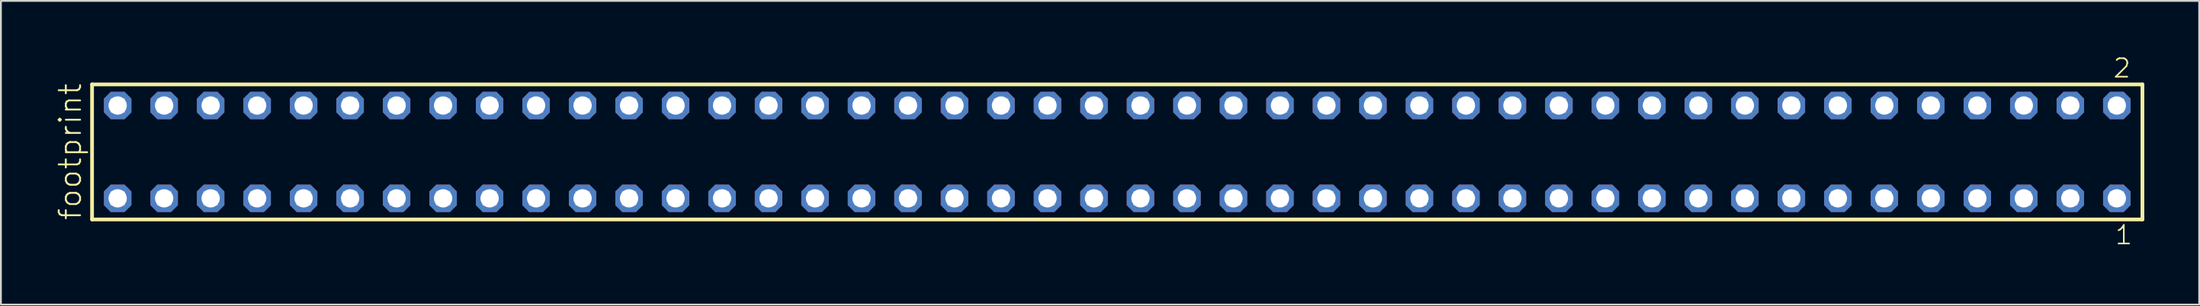
<source format=kicad_pcb>
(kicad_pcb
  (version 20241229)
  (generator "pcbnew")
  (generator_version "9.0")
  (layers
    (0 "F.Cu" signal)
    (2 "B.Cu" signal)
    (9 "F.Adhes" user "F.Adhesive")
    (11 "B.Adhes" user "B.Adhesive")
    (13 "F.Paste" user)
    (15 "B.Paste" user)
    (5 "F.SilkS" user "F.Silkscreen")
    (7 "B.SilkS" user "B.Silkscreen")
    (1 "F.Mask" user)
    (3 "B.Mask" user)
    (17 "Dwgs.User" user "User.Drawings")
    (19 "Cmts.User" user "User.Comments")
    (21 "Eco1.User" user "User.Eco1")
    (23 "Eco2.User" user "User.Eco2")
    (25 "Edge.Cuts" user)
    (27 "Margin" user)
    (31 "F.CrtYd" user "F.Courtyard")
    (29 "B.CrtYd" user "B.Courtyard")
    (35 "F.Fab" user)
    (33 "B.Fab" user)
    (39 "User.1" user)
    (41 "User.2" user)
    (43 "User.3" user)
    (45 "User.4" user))
  (footprint "footprint"
    (layer "F.Cu")
    (at 57.988 5.265)
    (property "Reference" "footprint" (at -56.515 3.81 90) (layer "F.SilkS") (effects (font (size 1.168 1.168) (thickness 0.102)) (justify left bottom)))
    (fp_line (start -56.009 -3.695) (end 56.009 -3.695) (stroke (width 0.203) (type solid)) (layer "F.SilkS"))
    (fp_line (start -56.009 3.695) (end -56.009 -3.695) (stroke (width 0.203) (type solid)) (layer "F.SilkS"))
    (fp_line (start 56.009 -3.695) (end 56.009 3.695) (stroke (width 0.203) (type solid)) (layer "F.SilkS"))
    (fp_line (start 56.009 3.695) (end -56.009 3.695) (stroke (width 0.203) (type solid)) (layer "F.SilkS"))
    (fp_poly (pts (xy -54.96 -2.19) (xy -54.26 -2.19) (xy -54.26 -2.89) (xy -54.96 -2.89)) (stroke (width 0.1) (type solid)) (fill no) (layer "F.Fab"))
    (fp_poly (pts (xy -54.96 2.89) (xy -54.26 2.89) (xy -54.26 2.19) (xy -54.96 2.19)) (stroke (width 0.1) (type solid)) (fill no) (layer "F.Fab"))
    (fp_poly (pts (xy -52.42 -2.19) (xy -51.72 -2.19) (xy -51.72 -2.89) (xy -52.42 -2.89)) (stroke (width 0.1) (type solid)) (fill no) (layer "F.Fab"))
    (fp_poly (pts (xy -52.42 2.89) (xy -51.72 2.89) (xy -51.72 2.19) (xy -52.42 2.19)) (stroke (width 0.1) (type solid)) (fill no) (layer "F.Fab"))
    (fp_poly (pts (xy -49.88 -2.19) (xy -49.18 -2.19) (xy -49.18 -2.89) (xy -49.88 -2.89)) (stroke (width 0.1) (type solid)) (fill no) (layer "F.Fab"))
    (fp_poly (pts (xy -49.88 2.89) (xy -49.18 2.89) (xy -49.18 2.19) (xy -49.88 2.19)) (stroke (width 0.1) (type solid)) (fill no) (layer "F.Fab"))
    (fp_poly (pts (xy -47.34 -2.19) (xy -46.64 -2.19) (xy -46.64 -2.89) (xy -47.34 -2.89)) (stroke (width 0.1) (type solid)) (fill no) (layer "F.Fab"))
    (fp_poly (pts (xy -47.34 2.89) (xy -46.64 2.89) (xy -46.64 2.19) (xy -47.34 2.19)) (stroke (width 0.1) (type solid)) (fill no) (layer "F.Fab"))
    (fp_poly (pts (xy -44.8 -2.19) (xy -44.1 -2.19) (xy -44.1 -2.89) (xy -44.8 -2.89)) (stroke (width 0.1) (type solid)) (fill no) (layer "F.Fab"))
    (fp_poly (pts (xy -44.8 2.89) (xy -44.1 2.89) (xy -44.1 2.19) (xy -44.8 2.19)) (stroke (width 0.1) (type solid)) (fill no) (layer "F.Fab"))
    (fp_poly (pts (xy -42.26 -2.19) (xy -41.56 -2.19) (xy -41.56 -2.89) (xy -42.26 -2.89)) (stroke (width 0.1) (type solid)) (fill no) (layer "F.Fab"))
    (fp_poly (pts (xy -42.26 2.89) (xy -41.56 2.89) (xy -41.56 2.19) (xy -42.26 2.19)) (stroke (width 0.1) (type solid)) (fill no) (layer "F.Fab"))
    (fp_poly (pts (xy -39.72 -2.19) (xy -39.02 -2.19) (xy -39.02 -2.89) (xy -39.72 -2.89)) (stroke (width 0.1) (type solid)) (fill no) (layer "F.Fab"))
    (fp_poly (pts (xy -39.72 2.89) (xy -39.02 2.89) (xy -39.02 2.19) (xy -39.72 2.19)) (stroke (width 0.1) (type solid)) (fill no) (layer "F.Fab"))
    (fp_poly (pts (xy -37.18 -2.19) (xy -36.48 -2.19) (xy -36.48 -2.89) (xy -37.18 -2.89)) (stroke (width 0.1) (type solid)) (fill no) (layer "F.Fab"))
    (fp_poly (pts (xy -37.18 2.89) (xy -36.48 2.89) (xy -36.48 2.19) (xy -37.18 2.19)) (stroke (width 0.1) (type solid)) (fill no) (layer "F.Fab"))
    (fp_poly (pts (xy -34.64 -2.19) (xy -33.94 -2.19) (xy -33.94 -2.89) (xy -34.64 -2.89)) (stroke (width 0.1) (type solid)) (fill no) (layer "F.Fab"))
    (fp_poly (pts (xy -34.64 2.89) (xy -33.94 2.89) (xy -33.94 2.19) (xy -34.64 2.19)) (stroke (width 0.1) (type solid)) (fill no) (layer "F.Fab"))
    (fp_poly (pts (xy -32.1 -2.19) (xy -31.4 -2.19) (xy -31.4 -2.89) (xy -32.1 -2.89)) (stroke (width 0.1) (type solid)) (fill no) (layer "F.Fab"))
    (fp_poly (pts (xy -32.1 2.89) (xy -31.4 2.89) (xy -31.4 2.19) (xy -32.1 2.19)) (stroke (width 0.1) (type solid)) (fill no) (layer "F.Fab"))
    (fp_poly (pts (xy -29.56 -2.19) (xy -28.86 -2.19) (xy -28.86 -2.89) (xy -29.56 -2.89)) (stroke (width 0.1) (type solid)) (fill no) (layer "F.Fab"))
    (fp_poly (pts (xy -29.56 2.89) (xy -28.86 2.89) (xy -28.86 2.19) (xy -29.56 2.19)) (stroke (width 0.1) (type solid)) (fill no) (layer "F.Fab"))
    (fp_poly (pts (xy -27.02 -2.19) (xy -26.32 -2.19) (xy -26.32 -2.89) (xy -27.02 -2.89)) (stroke (width 0.1) (type solid)) (fill no) (layer "F.Fab"))
    (fp_poly (pts (xy -27.02 2.89) (xy -26.32 2.89) (xy -26.32 2.19) (xy -27.02 2.19)) (stroke (width 0.1) (type solid)) (fill no) (layer "F.Fab"))
    (fp_poly (pts (xy -24.48 -2.19) (xy -23.78 -2.19) (xy -23.78 -2.89) (xy -24.48 -2.89)) (stroke (width 0.1) (type solid)) (fill no) (layer "F.Fab"))
    (fp_poly (pts (xy -24.48 2.89) (xy -23.78 2.89) (xy -23.78 2.19) (xy -24.48 2.19)) (stroke (width 0.1) (type solid)) (fill no) (layer "F.Fab"))
    (fp_poly (pts (xy -21.94 -2.19) (xy -21.24 -2.19) (xy -21.24 -2.89) (xy -21.94 -2.89)) (stroke (width 0.1) (type solid)) (fill no) (layer "F.Fab"))
    (fp_poly (pts (xy -21.94 2.89) (xy -21.24 2.89) (xy -21.24 2.19) (xy -21.94 2.19)) (stroke (width 0.1) (type solid)) (fill no) (layer "F.Fab"))
    (fp_poly (pts (xy -19.4 -2.19) (xy -18.7 -2.19) (xy -18.7 -2.89) (xy -19.4 -2.89)) (stroke (width 0.1) (type solid)) (fill no) (layer "F.Fab"))
    (fp_poly (pts (xy -19.4 2.89) (xy -18.7 2.89) (xy -18.7 2.19) (xy -19.4 2.19)) (stroke (width 0.1) (type solid)) (fill no) (layer "F.Fab"))
    (fp_poly (pts (xy -16.86 -2.19) (xy -16.16 -2.19) (xy -16.16 -2.89) (xy -16.86 -2.89)) (stroke (width 0.1) (type solid)) (fill no) (layer "F.Fab"))
    (fp_poly (pts (xy -16.86 2.89) (xy -16.16 2.89) (xy -16.16 2.19) (xy -16.86 2.19)) (stroke (width 0.1) (type solid)) (fill no) (layer "F.Fab"))
    (fp_poly (pts (xy -14.32 -2.19) (xy -13.62 -2.19) (xy -13.62 -2.89) (xy -14.32 -2.89)) (stroke (width 0.1) (type solid)) (fill no) (layer "F.Fab"))
    (fp_poly (pts (xy -14.32 2.89) (xy -13.62 2.89) (xy -13.62 2.19) (xy -14.32 2.19)) (stroke (width 0.1) (type solid)) (fill no) (layer "F.Fab"))
    (fp_poly (pts (xy -11.78 -2.19) (xy -11.08 -2.19) (xy -11.08 -2.89) (xy -11.78 -2.89)) (stroke (width 0.1) (type solid)) (fill no) (layer "F.Fab"))
    (fp_poly (pts (xy -11.78 2.89) (xy -11.08 2.89) (xy -11.08 2.19) (xy -11.78 2.19)) (stroke (width 0.1) (type solid)) (fill no) (layer "F.Fab"))
    (fp_poly (pts (xy -9.24 -2.19) (xy -8.54 -2.19) (xy -8.54 -2.89) (xy -9.24 -2.89)) (stroke (width 0.1) (type solid)) (fill no) (layer "F.Fab"))
    (fp_poly (pts (xy -9.24 2.89) (xy -8.54 2.89) (xy -8.54 2.19) (xy -9.24 2.19)) (stroke (width 0.1) (type solid)) (fill no) (layer "F.Fab"))
    (fp_poly (pts (xy -6.7 -2.19) (xy -6 -2.19) (xy -6 -2.89) (xy -6.7 -2.89)) (stroke (width 0.1) (type solid)) (fill no) (layer "F.Fab"))
    (fp_poly (pts (xy -6.7 2.89) (xy -6 2.89) (xy -6 2.19) (xy -6.7 2.19)) (stroke (width 0.1) (type solid)) (fill no) (layer "F.Fab"))
    (fp_poly (pts (xy -4.16 -2.19) (xy -3.46 -2.19) (xy -3.46 -2.89) (xy -4.16 -2.89)) (stroke (width 0.1) (type solid)) (fill no) (layer "F.Fab"))
    (fp_poly (pts (xy -4.16 2.89) (xy -3.46 2.89) (xy -3.46 2.19) (xy -4.16 2.19)) (stroke (width 0.1) (type solid)) (fill no) (layer "F.Fab"))
    (fp_poly (pts (xy -1.62 -2.19) (xy -0.92 -2.19) (xy -0.92 -2.89) (xy -1.62 -2.89)) (stroke (width 0.1) (type solid)) (fill no) (layer "F.Fab"))
    (fp_poly (pts (xy -1.62 2.89) (xy -0.92 2.89) (xy -0.92 2.19) (xy -1.62 2.19)) (stroke (width 0.1) (type solid)) (fill no) (layer "F.Fab"))
    (fp_poly (pts (xy 0.92 -2.19) (xy 1.62 -2.19) (xy 1.62 -2.89) (xy 0.92 -2.89)) (stroke (width 0.1) (type solid)) (fill no) (layer "F.Fab"))
    (fp_poly (pts (xy 0.92 2.89) (xy 1.62 2.89) (xy 1.62 2.19) (xy 0.92 2.19)) (stroke (width 0.1) (type solid)) (fill no) (layer "F.Fab"))
    (fp_poly (pts (xy 3.46 -2.19) (xy 4.16 -2.19) (xy 4.16 -2.89) (xy 3.46 -2.89)) (stroke (width 0.1) (type solid)) (fill no) (layer "F.Fab"))
    (fp_poly (pts (xy 3.46 2.89) (xy 4.16 2.89) (xy 4.16 2.19) (xy 3.46 2.19)) (stroke (width 0.1) (type solid)) (fill no) (layer "F.Fab"))
    (fp_poly (pts (xy 6 -2.19) (xy 6.7 -2.19) (xy 6.7 -2.89) (xy 6 -2.89)) (stroke (width 0.1) (type solid)) (fill no) (layer "F.Fab"))
    (fp_poly (pts (xy 6 2.89) (xy 6.7 2.89) (xy 6.7 2.19) (xy 6 2.19)) (stroke (width 0.1) (type solid)) (fill no) (layer "F.Fab"))
    (fp_poly (pts (xy 8.54 -2.19) (xy 9.24 -2.19) (xy 9.24 -2.89) (xy 8.54 -2.89)) (stroke (width 0.1) (type solid)) (fill no) (layer "F.Fab"))
    (fp_poly (pts (xy 8.54 2.89) (xy 9.24 2.89) (xy 9.24 2.19) (xy 8.54 2.19)) (stroke (width 0.1) (type solid)) (fill no) (layer "F.Fab"))
    (fp_poly (pts (xy 11.08 -2.19) (xy 11.78 -2.19) (xy 11.78 -2.89) (xy 11.08 -2.89)) (stroke (width 0.1) (type solid)) (fill no) (layer "F.Fab"))
    (fp_poly (pts (xy 11.08 2.89) (xy 11.78 2.89) (xy 11.78 2.19) (xy 11.08 2.19)) (stroke (width 0.1) (type solid)) (fill no) (layer "F.Fab"))
    (fp_poly (pts (xy 13.62 -2.19) (xy 14.32 -2.19) (xy 14.32 -2.89) (xy 13.62 -2.89)) (stroke (width 0.1) (type solid)) (fill no) (layer "F.Fab"))
    (fp_poly (pts (xy 13.62 2.89) (xy 14.32 2.89) (xy 14.32 2.19) (xy 13.62 2.19)) (stroke (width 0.1) (type solid)) (fill no) (layer "F.Fab"))
    (fp_poly (pts (xy 16.16 -2.19) (xy 16.86 -2.19) (xy 16.86 -2.89) (xy 16.16 -2.89)) (stroke (width 0.1) (type solid)) (fill no) (layer "F.Fab"))
    (fp_poly (pts (xy 16.16 2.89) (xy 16.86 2.89) (xy 16.86 2.19) (xy 16.16 2.19)) (stroke (width 0.1) (type solid)) (fill no) (layer "F.Fab"))
    (fp_poly (pts (xy 18.7 -2.19) (xy 19.4 -2.19) (xy 19.4 -2.89) (xy 18.7 -2.89)) (stroke (width 0.1) (type solid)) (fill no) (layer "F.Fab"))
    (fp_poly (pts (xy 18.7 2.89) (xy 19.4 2.89) (xy 19.4 2.19) (xy 18.7 2.19)) (stroke (width 0.1) (type solid)) (fill no) (layer "F.Fab"))
    (fp_poly (pts (xy 21.24 -2.19) (xy 21.94 -2.19) (xy 21.94 -2.89) (xy 21.24 -2.89)) (stroke (width 0.1) (type solid)) (fill no) (layer "F.Fab"))
    (fp_poly (pts (xy 21.24 2.89) (xy 21.94 2.89) (xy 21.94 2.19) (xy 21.24 2.19)) (stroke (width 0.1) (type solid)) (fill no) (layer "F.Fab"))
    (fp_poly (pts (xy 23.78 -2.19) (xy 24.48 -2.19) (xy 24.48 -2.89) (xy 23.78 -2.89)) (stroke (width 0.1) (type solid)) (fill no) (layer "F.Fab"))
    (fp_poly (pts (xy 23.78 2.89) (xy 24.48 2.89) (xy 24.48 2.19) (xy 23.78 2.19)) (stroke (width 0.1) (type solid)) (fill no) (layer "F.Fab"))
    (fp_poly (pts (xy 26.32 -2.19) (xy 27.02 -2.19) (xy 27.02 -2.89) (xy 26.32 -2.89)) (stroke (width 0.1) (type solid)) (fill no) (layer "F.Fab"))
    (fp_poly (pts (xy 26.32 2.89) (xy 27.02 2.89) (xy 27.02 2.19) (xy 26.32 2.19)) (stroke (width 0.1) (type solid)) (fill no) (layer "F.Fab"))
    (fp_poly (pts (xy 28.86 -2.19) (xy 29.56 -2.19) (xy 29.56 -2.89) (xy 28.86 -2.89)) (stroke (width 0.1) (type solid)) (fill no) (layer "F.Fab"))
    (fp_poly (pts (xy 28.86 2.89) (xy 29.56 2.89) (xy 29.56 2.19) (xy 28.86 2.19)) (stroke (width 0.1) (type solid)) (fill no) (layer "F.Fab"))
    (fp_poly (pts (xy 31.4 -2.19) (xy 32.1 -2.19) (xy 32.1 -2.89) (xy 31.4 -2.89)) (stroke (width 0.1) (type solid)) (fill no) (layer "F.Fab"))
    (fp_poly (pts (xy 31.4 2.89) (xy 32.1 2.89) (xy 32.1 2.19) (xy 31.4 2.19)) (stroke (width 0.1) (type solid)) (fill no) (layer "F.Fab"))
    (fp_poly (pts (xy 33.94 -2.19) (xy 34.64 -2.19) (xy 34.64 -2.89) (xy 33.94 -2.89)) (stroke (width 0.1) (type solid)) (fill no) (layer "F.Fab"))
    (fp_poly (pts (xy 33.94 2.89) (xy 34.64 2.89) (xy 34.64 2.19) (xy 33.94 2.19)) (stroke (width 0.1) (type solid)) (fill no) (layer "F.Fab"))
    (fp_poly (pts (xy 36.48 -2.19) (xy 37.18 -2.19) (xy 37.18 -2.89) (xy 36.48 -2.89)) (stroke (width 0.1) (type solid)) (fill no) (layer "F.Fab"))
    (fp_poly (pts (xy 36.48 2.89) (xy 37.18 2.89) (xy 37.18 2.19) (xy 36.48 2.19)) (stroke (width 0.1) (type solid)) (fill no) (layer "F.Fab"))
    (fp_poly (pts (xy 39.02 -2.19) (xy 39.72 -2.19) (xy 39.72 -2.89) (xy 39.02 -2.89)) (stroke (width 0.1) (type solid)) (fill no) (layer "F.Fab"))
    (fp_poly (pts (xy 39.02 2.89) (xy 39.72 2.89) (xy 39.72 2.19) (xy 39.02 2.19)) (stroke (width 0.1) (type solid)) (fill no) (layer "F.Fab"))
    (fp_poly (pts (xy 41.56 -2.19) (xy 42.26 -2.19) (xy 42.26 -2.89) (xy 41.56 -2.89)) (stroke (width 0.1) (type solid)) (fill no) (layer "F.Fab"))
    (fp_poly (pts (xy 41.56 2.89) (xy 42.26 2.89) (xy 42.26 2.19) (xy 41.56 2.19)) (stroke (width 0.1) (type solid)) (fill no) (layer "F.Fab"))
    (fp_poly (pts (xy 44.1 -2.19) (xy 44.8 -2.19) (xy 44.8 -2.89) (xy 44.1 -2.89)) (stroke (width 0.1) (type solid)) (fill no) (layer "F.Fab"))
    (fp_poly (pts (xy 44.1 2.89) (xy 44.8 2.89) (xy 44.8 2.19) (xy 44.1 2.19)) (stroke (width 0.1) (type solid)) (fill no) (layer "F.Fab"))
    (fp_poly (pts (xy 46.64 -2.19) (xy 47.34 -2.19) (xy 47.34 -2.89) (xy 46.64 -2.89)) (stroke (width 0.1) (type solid)) (fill no) (layer "F.Fab"))
    (fp_poly (pts (xy 46.64 2.89) (xy 47.34 2.89) (xy 47.34 2.19) (xy 46.64 2.19)) (stroke (width 0.1) (type solid)) (fill no) (layer "F.Fab"))
    (fp_poly (pts (xy 49.18 -2.19) (xy 49.88 -2.19) (xy 49.88 -2.89) (xy 49.18 -2.89)) (stroke (width 0.1) (type solid)) (fill no) (layer "F.Fab"))
    (fp_poly (pts (xy 49.18 2.89) (xy 49.88 2.89) (xy 49.88 2.19) (xy 49.18 2.19)) (stroke (width 0.1) (type solid)) (fill no) (layer "F.Fab"))
    (fp_poly (pts (xy 51.72 -2.19) (xy 52.42 -2.19) (xy 52.42 -2.89) (xy 51.72 -2.89)) (stroke (width 0.1) (type solid)) (fill no) (layer "F.Fab"))
    (fp_poly (pts (xy 51.72 2.89) (xy 52.42 2.89) (xy 52.42 2.19) (xy 51.72 2.19)) (stroke (width 0.1) (type solid)) (fill no) (layer "F.Fab"))
    (fp_poly (pts (xy 54.26 -2.19) (xy 54.96 -2.19) (xy 54.96 -2.89) (xy 54.26 -2.89)) (stroke (width 0.1) (type solid)) (fill no) (layer "F.Fab"))
    (fp_poly (pts (xy 54.26 2.89) (xy 54.96 2.89) (xy 54.96 2.19) (xy 54.26 2.19)) (stroke (width 0.1) (type solid)) (fill no) (layer "F.Fab"))
    (fp_text user "1" (at 54.452 5.138 0) (layer "F.SilkS") (effects (font (size 1.012 1.012) (thickness 0.088)) (justify left bottom)))
    (fp_text user "2" (at 54.352 -3.989 0) (layer "F.SilkS") (effects (font (size 1.012 1.012) (thickness 0.088)) (justify left bottom)))
    (pad "1" thru_hole roundrect (at 54.61 2.54 180) (size 1.5 1.5) (drill 1) (layers "*.Cu" "*.Mask") (roundrect_rratio 0.25) (chamfer_ratio 0.25) (chamfer top_left top_right bottom_left bottom_right))
    (pad "2" thru_hole roundrect (at 54.61 -2.54 180) (size 1.5 1.5) (drill 1) (layers "*.Cu" "*.Mask") (roundrect_rratio 0.25) (chamfer_ratio 0.25) (chamfer top_left top_right bottom_left bottom_right))
    (pad "3" thru_hole roundrect (at 52.07 2.54 180) (size 1.5 1.5) (drill 1) (layers "*.Cu" "*.Mask") (roundrect_rratio 0.25) (chamfer_ratio 0.25) (chamfer top_left top_right bottom_left bottom_right))
    (pad "4" thru_hole roundrect (at 52.07 -2.54 180) (size 1.5 1.5) (drill 1) (layers "*.Cu" "*.Mask") (roundrect_rratio 0.25) (chamfer_ratio 0.25) (chamfer top_left top_right bottom_left bottom_right))
    (pad "5" thru_hole roundrect (at 49.53 2.54 180) (size 1.5 1.5) (drill 1) (layers "*.Cu" "*.Mask") (roundrect_rratio 0.25) (chamfer_ratio 0.25) (chamfer top_left top_right bottom_left bottom_right))
    (pad "6" thru_hole roundrect (at 49.53 -2.54 180) (size 1.5 1.5) (drill 1) (layers "*.Cu" "*.Mask") (roundrect_rratio 0.25) (chamfer_ratio 0.25) (chamfer top_left top_right bottom_left bottom_right))
    (pad "7" thru_hole roundrect (at 46.99 2.54 180) (size 1.5 1.5) (drill 1) (layers "*.Cu" "*.Mask") (roundrect_rratio 0.25) (chamfer_ratio 0.25) (chamfer top_left top_right bottom_left bottom_right))
    (pad "8" thru_hole roundrect (at 46.99 -2.54 180) (size 1.5 1.5) (drill 1) (layers "*.Cu" "*.Mask") (roundrect_rratio 0.25) (chamfer_ratio 0.25) (chamfer top_left top_right bottom_left bottom_right))
    (pad "9" thru_hole roundrect (at 44.45 2.54 180) (size 1.5 1.5) (drill 1) (layers "*.Cu" "*.Mask") (roundrect_rratio 0.25) (chamfer_ratio 0.25) (chamfer top_left top_right bottom_left bottom_right))
    (pad "10" thru_hole roundrect (at 44.45 -2.54 180) (size 1.5 1.5) (drill 1) (layers "*.Cu" "*.Mask") (roundrect_rratio 0.25) (chamfer_ratio 0.25) (chamfer top_left top_right bottom_left bottom_right))
    (pad "11" thru_hole roundrect (at 41.91 2.54 180) (size 1.5 1.5) (drill 1) (layers "*.Cu" "*.Mask") (roundrect_rratio 0.25) (chamfer_ratio 0.25) (chamfer top_left top_right bottom_left bottom_right))
    (pad "12" thru_hole roundrect (at 41.91 -2.54 180) (size 1.5 1.5) (drill 1) (layers "*.Cu" "*.Mask") (roundrect_rratio 0.25) (chamfer_ratio 0.25) (chamfer top_left top_right bottom_left bottom_right))
    (pad "13" thru_hole roundrect (at 39.37 2.54 180) (size 1.5 1.5) (drill 1) (layers "*.Cu" "*.Mask") (roundrect_rratio 0.25) (chamfer_ratio 0.25) (chamfer top_left top_right bottom_left bottom_right))
    (pad "14" thru_hole roundrect (at 39.37 -2.54 180) (size 1.5 1.5) (drill 1) (layers "*.Cu" "*.Mask") (roundrect_rratio 0.25) (chamfer_ratio 0.25) (chamfer top_left top_right bottom_left bottom_right))
    (pad "15" thru_hole roundrect (at 36.83 2.54 180) (size 1.5 1.5) (drill 1) (layers "*.Cu" "*.Mask") (roundrect_rratio 0.25) (chamfer_ratio 0.25) (chamfer top_left top_right bottom_left bottom_right))
    (pad "16" thru_hole roundrect (at 36.83 -2.54 180) (size 1.5 1.5) (drill 1) (layers "*.Cu" "*.Mask") (roundrect_rratio 0.25) (chamfer_ratio 0.25) (chamfer top_left top_right bottom_left bottom_right))
    (pad "17" thru_hole roundrect (at 34.29 2.54 180) (size 1.5 1.5) (drill 1) (layers "*.Cu" "*.Mask") (roundrect_rratio 0.25) (chamfer_ratio 0.25) (chamfer top_left top_right bottom_left bottom_right))
    (pad "18" thru_hole roundrect (at 34.29 -2.54 180) (size 1.5 1.5) (drill 1) (layers "*.Cu" "*.Mask") (roundrect_rratio 0.25) (chamfer_ratio 0.25) (chamfer top_left top_right bottom_left bottom_right))
    (pad "19" thru_hole roundrect (at 31.75 2.54 180) (size 1.5 1.5) (drill 1) (layers "*.Cu" "*.Mask") (roundrect_rratio 0.25) (chamfer_ratio 0.25) (chamfer top_left top_right bottom_left bottom_right))
    (pad "20" thru_hole roundrect (at 31.75 -2.54 180) (size 1.5 1.5) (drill 1) (layers "*.Cu" "*.Mask") (roundrect_rratio 0.25) (chamfer_ratio 0.25) (chamfer top_left top_right bottom_left bottom_right))
    (pad "21" thru_hole roundrect (at 29.21 2.54 180) (size 1.5 1.5) (drill 1) (layers "*.Cu" "*.Mask") (roundrect_rratio 0.25) (chamfer_ratio 0.25) (chamfer top_left top_right bottom_left bottom_right))
    (pad "22" thru_hole roundrect (at 29.21 -2.54 180) (size 1.5 1.5) (drill 1) (layers "*.Cu" "*.Mask") (roundrect_rratio 0.25) (chamfer_ratio 0.25) (chamfer top_left top_right bottom_left bottom_right))
    (pad "23" thru_hole roundrect (at 26.67 2.54 180) (size 1.5 1.5) (drill 1) (layers "*.Cu" "*.Mask") (roundrect_rratio 0.25) (chamfer_ratio 0.25) (chamfer top_left top_right bottom_left bottom_right))
    (pad "24" thru_hole roundrect (at 26.67 -2.54 180) (size 1.5 1.5) (drill 1) (layers "*.Cu" "*.Mask") (roundrect_rratio 0.25) (chamfer_ratio 0.25) (chamfer top_left top_right bottom_left bottom_right))
    (pad "25" thru_hole roundrect (at 24.13 2.54 180) (size 1.5 1.5) (drill 1) (layers "*.Cu" "*.Mask") (roundrect_rratio 0.25) (chamfer_ratio 0.25) (chamfer top_left top_right bottom_left bottom_right))
    (pad "26" thru_hole roundrect (at 24.13 -2.54 180) (size 1.5 1.5) (drill 1) (layers "*.Cu" "*.Mask") (roundrect_rratio 0.25) (chamfer_ratio 0.25) (chamfer top_left top_right bottom_left bottom_right))
    (pad "27" thru_hole roundrect (at 21.59 2.54 180) (size 1.5 1.5) (drill 1) (layers "*.Cu" "*.Mask") (roundrect_rratio 0.25) (chamfer_ratio 0.25) (chamfer top_left top_right bottom_left bottom_right))
    (pad "28" thru_hole roundrect (at 21.59 -2.54 180) (size 1.5 1.5) (drill 1) (layers "*.Cu" "*.Mask") (roundrect_rratio 0.25) (chamfer_ratio 0.25) (chamfer top_left top_right bottom_left bottom_right))
    (pad "29" thru_hole roundrect (at 19.05 2.54 180) (size 1.5 1.5) (drill 1) (layers "*.Cu" "*.Mask") (roundrect_rratio 0.25) (chamfer_ratio 0.25) (chamfer top_left top_right bottom_left bottom_right))
    (pad "30" thru_hole roundrect (at 19.05 -2.54 180) (size 1.5 1.5) (drill 1) (layers "*.Cu" "*.Mask") (roundrect_rratio 0.25) (chamfer_ratio 0.25) (chamfer top_left top_right bottom_left bottom_right))
    (pad "31" thru_hole roundrect (at 16.51 2.54 180) (size 1.5 1.5) (drill 1) (layers "*.Cu" "*.Mask") (roundrect_rratio 0.25) (chamfer_ratio 0.25) (chamfer top_left top_right bottom_left bottom_right))
    (pad "32" thru_hole roundrect (at 16.51 -2.54 180) (size 1.5 1.5) (drill 1) (layers "*.Cu" "*.Mask") (roundrect_rratio 0.25) (chamfer_ratio 0.25) (chamfer top_left top_right bottom_left bottom_right))
    (pad "33" thru_hole roundrect (at 13.97 2.54 180) (size 1.5 1.5) (drill 1) (layers "*.Cu" "*.Mask") (roundrect_rratio 0.25) (chamfer_ratio 0.25) (chamfer top_left top_right bottom_left bottom_right))
    (pad "34" thru_hole roundrect (at 13.97 -2.54 180) (size 1.5 1.5) (drill 1) (layers "*.Cu" "*.Mask") (roundrect_rratio 0.25) (chamfer_ratio 0.25) (chamfer top_left top_right bottom_left bottom_right))
    (pad "35" thru_hole roundrect (at 11.43 2.54 180) (size 1.5 1.5) (drill 1) (layers "*.Cu" "*.Mask") (roundrect_rratio 0.25) (chamfer_ratio 0.25) (chamfer top_left top_right bottom_left bottom_right))
    (pad "36" thru_hole roundrect (at 11.43 -2.54 180) (size 1.5 1.5) (drill 1) (layers "*.Cu" "*.Mask") (roundrect_rratio 0.25) (chamfer_ratio 0.25) (chamfer top_left top_right bottom_left bottom_right))
    (pad "37" thru_hole roundrect (at 8.89 2.54 180) (size 1.5 1.5) (drill 1) (layers "*.Cu" "*.Mask") (roundrect_rratio 0.25) (chamfer_ratio 0.25) (chamfer top_left top_right bottom_left bottom_right))
    (pad "38" thru_hole roundrect (at 8.89 -2.54 180) (size 1.5 1.5) (drill 1) (layers "*.Cu" "*.Mask") (roundrect_rratio 0.25) (chamfer_ratio 0.25) (chamfer top_left top_right bottom_left bottom_right))
    (pad "39" thru_hole roundrect (at 6.35 2.54 180) (size 1.5 1.5) (drill 1) (layers "*.Cu" "*.Mask") (roundrect_rratio 0.25) (chamfer_ratio 0.25) (chamfer top_left top_right bottom_left bottom_right))
    (pad "40" thru_hole roundrect (at 6.35 -2.54 180) (size 1.5 1.5) (drill 1) (layers "*.Cu" "*.Mask") (roundrect_rratio 0.25) (chamfer_ratio 0.25) (chamfer top_left top_right bottom_left bottom_right))
    (pad "41" thru_hole roundrect (at 3.81 2.54 180) (size 1.5 1.5) (drill 1) (layers "*.Cu" "*.Mask") (roundrect_rratio 0.25) (chamfer_ratio 0.25) (chamfer top_left top_right bottom_left bottom_right))
    (pad "42" thru_hole roundrect (at 3.81 -2.54 180) (size 1.5 1.5) (drill 1) (layers "*.Cu" "*.Mask") (roundrect_rratio 0.25) (chamfer_ratio 0.25) (chamfer top_left top_right bottom_left bottom_right))
    (pad "43" thru_hole roundrect (at 1.27 2.54 180) (size 1.5 1.5) (drill 1) (layers "*.Cu" "*.Mask") (roundrect_rratio 0.25) (chamfer_ratio 0.25) (chamfer top_left top_right bottom_left bottom_right))
    (pad "44" thru_hole roundrect (at 1.27 -2.54 180) (size 1.5 1.5) (drill 1) (layers "*.Cu" "*.Mask") (roundrect_rratio 0.25) (chamfer_ratio 0.25) (chamfer top_left top_right bottom_left bottom_right))
    (pad "45" thru_hole roundrect (at -1.27 2.54 180) (size 1.5 1.5) (drill 1) (layers "*.Cu" "*.Mask") (roundrect_rratio 0.25) (chamfer_ratio 0.25) (chamfer top_left top_right bottom_left bottom_right))
    (pad "46" thru_hole roundrect (at -1.27 -2.54 180) (size 1.5 1.5) (drill 1) (layers "*.Cu" "*.Mask") (roundrect_rratio 0.25) (chamfer_ratio 0.25) (chamfer top_left top_right bottom_left bottom_right))
    (pad "47" thru_hole roundrect (at -3.81 2.54 180) (size 1.5 1.5) (drill 1) (layers "*.Cu" "*.Mask") (roundrect_rratio 0.25) (chamfer_ratio 0.25) (chamfer top_left top_right bottom_left bottom_right))
    (pad "48" thru_hole roundrect (at -3.81 -2.54 180) (size 1.5 1.5) (drill 1) (layers "*.Cu" "*.Mask") (roundrect_rratio 0.25) (chamfer_ratio 0.25) (chamfer top_left top_right bottom_left bottom_right))
    (pad "49" thru_hole roundrect (at -6.35 2.54 180) (size 1.5 1.5) (drill 1) (layers "*.Cu" "*.Mask") (roundrect_rratio 0.25) (chamfer_ratio 0.25) (chamfer top_left top_right bottom_left bottom_right))
    (pad "50" thru_hole roundrect (at -6.35 -2.54 180) (size 1.5 1.5) (drill 1) (layers "*.Cu" "*.Mask") (roundrect_rratio 0.25) (chamfer_ratio 0.25) (chamfer top_left top_right bottom_left bottom_right))
    (pad "51" thru_hole roundrect (at -8.89 2.54 180) (size 1.5 1.5) (drill 1) (layers "*.Cu" "*.Mask") (roundrect_rratio 0.25) (chamfer_ratio 0.25) (chamfer top_left top_right bottom_left bottom_right))
    (pad "52" thru_hole roundrect (at -8.89 -2.54 180) (size 1.5 1.5) (drill 1) (layers "*.Cu" "*.Mask") (roundrect_rratio 0.25) (chamfer_ratio 0.25) (chamfer top_left top_right bottom_left bottom_right))
    (pad "53" thru_hole roundrect (at -11.43 2.54 180) (size 1.5 1.5) (drill 1) (layers "*.Cu" "*.Mask") (roundrect_rratio 0.25) (chamfer_ratio 0.25) (chamfer top_left top_right bottom_left bottom_right))
    (pad "54" thru_hole roundrect (at -11.43 -2.54 180) (size 1.5 1.5) (drill 1) (layers "*.Cu" "*.Mask") (roundrect_rratio 0.25) (chamfer_ratio 0.25) (chamfer top_left top_right bottom_left bottom_right))
    (pad "55" thru_hole roundrect (at -13.97 2.54 180) (size 1.5 1.5) (drill 1) (layers "*.Cu" "*.Mask") (roundrect_rratio 0.25) (chamfer_ratio 0.25) (chamfer top_left top_right bottom_left bottom_right))
    (pad "56" thru_hole roundrect (at -13.97 -2.54 180) (size 1.5 1.5) (drill 1) (layers "*.Cu" "*.Mask") (roundrect_rratio 0.25) (chamfer_ratio 0.25) (chamfer top_left top_right bottom_left bottom_right))
    (pad "57" thru_hole roundrect (at -16.51 2.54 180) (size 1.5 1.5) (drill 1) (layers "*.Cu" "*.Mask") (roundrect_rratio 0.25) (chamfer_ratio 0.25) (chamfer top_left top_right bottom_left bottom_right))
    (pad "58" thru_hole roundrect (at -16.51 -2.54 180) (size 1.5 1.5) (drill 1) (layers "*.Cu" "*.Mask") (roundrect_rratio 0.25) (chamfer_ratio 0.25) (chamfer top_left top_right bottom_left bottom_right))
    (pad "59" thru_hole roundrect (at -19.05 2.54 180) (size 1.5 1.5) (drill 1) (layers "*.Cu" "*.Mask") (roundrect_rratio 0.25) (chamfer_ratio 0.25) (chamfer top_left top_right bottom_left bottom_right))
    (pad "60" thru_hole roundrect (at -19.05 -2.54 180) (size 1.5 1.5) (drill 1) (layers "*.Cu" "*.Mask") (roundrect_rratio 0.25) (chamfer_ratio 0.25) (chamfer top_left top_right bottom_left bottom_right))
    (pad "61" thru_hole roundrect (at -21.59 2.54 180) (size 1.5 1.5) (drill 1) (layers "*.Cu" "*.Mask") (roundrect_rratio 0.25) (chamfer_ratio 0.25) (chamfer top_left top_right bottom_left bottom_right))
    (pad "62" thru_hole roundrect (at -21.59 -2.54 180) (size 1.5 1.5) (drill 1) (layers "*.Cu" "*.Mask") (roundrect_rratio 0.25) (chamfer_ratio 0.25) (chamfer top_left top_right bottom_left bottom_right))
    (pad "63" thru_hole roundrect (at -24.13 2.54 180) (size 1.5 1.5) (drill 1) (layers "*.Cu" "*.Mask") (roundrect_rratio 0.25) (chamfer_ratio 0.25) (chamfer top_left top_right bottom_left bottom_right))
    (pad "64" thru_hole roundrect (at -24.13 -2.54 180) (size 1.5 1.5) (drill 1) (layers "*.Cu" "*.Mask") (roundrect_rratio 0.25) (chamfer_ratio 0.25) (chamfer top_left top_right bottom_left bottom_right))
    (pad "65" thru_hole roundrect (at -26.67 2.54 180) (size 1.5 1.5) (drill 1) (layers "*.Cu" "*.Mask") (roundrect_rratio 0.25) (chamfer_ratio 0.25) (chamfer top_left top_right bottom_left bottom_right))
    (pad "66" thru_hole roundrect (at -26.67 -2.54 180) (size 1.5 1.5) (drill 1) (layers "*.Cu" "*.Mask") (roundrect_rratio 0.25) (chamfer_ratio 0.25) (chamfer top_left top_right bottom_left bottom_right))
    (pad "67" thru_hole roundrect (at -29.21 2.54 180) (size 1.5 1.5) (drill 1) (layers "*.Cu" "*.Mask") (roundrect_rratio 0.25) (chamfer_ratio 0.25) (chamfer top_left top_right bottom_left bottom_right))
    (pad "68" thru_hole roundrect (at -29.21 -2.54 180) (size 1.5 1.5) (drill 1) (layers "*.Cu" "*.Mask") (roundrect_rratio 0.25) (chamfer_ratio 0.25) (chamfer top_left top_right bottom_left bottom_right))
    (pad "69" thru_hole roundrect (at -31.75 2.54 180) (size 1.5 1.5) (drill 1) (layers "*.Cu" "*.Mask") (roundrect_rratio 0.25) (chamfer_ratio 0.25) (chamfer top_left top_right bottom_left bottom_right))
    (pad "70" thru_hole roundrect (at -31.75 -2.54 180) (size 1.5 1.5) (drill 1) (layers "*.Cu" "*.Mask") (roundrect_rratio 0.25) (chamfer_ratio 0.25) (chamfer top_left top_right bottom_left bottom_right))
    (pad "71" thru_hole roundrect (at -34.29 2.54 180) (size 1.5 1.5) (drill 1) (layers "*.Cu" "*.Mask") (roundrect_rratio 0.25) (chamfer_ratio 0.25) (chamfer top_left top_right bottom_left bottom_right))
    (pad "72" thru_hole roundrect (at -34.29 -2.54 180) (size 1.5 1.5) (drill 1) (layers "*.Cu" "*.Mask") (roundrect_rratio 0.25) (chamfer_ratio 0.25) (chamfer top_left top_right bottom_left bottom_right))
    (pad "73" thru_hole roundrect (at -36.83 2.54 180) (size 1.5 1.5) (drill 1) (layers "*.Cu" "*.Mask") (roundrect_rratio 0.25) (chamfer_ratio 0.25) (chamfer top_left top_right bottom_left bottom_right))
    (pad "74" thru_hole roundrect (at -36.83 -2.54 180) (size 1.5 1.5) (drill 1) (layers "*.Cu" "*.Mask") (roundrect_rratio 0.25) (chamfer_ratio 0.25) (chamfer top_left top_right bottom_left bottom_right))
    (pad "75" thru_hole roundrect (at -39.37 2.54 180) (size 1.5 1.5) (drill 1) (layers "*.Cu" "*.Mask") (roundrect_rratio 0.25) (chamfer_ratio 0.25) (chamfer top_left top_right bottom_left bottom_right))
    (pad "76" thru_hole roundrect (at -39.37 -2.54 180) (size 1.5 1.5) (drill 1) (layers "*.Cu" "*.Mask") (roundrect_rratio 0.25) (chamfer_ratio 0.25) (chamfer top_left top_right bottom_left bottom_right))
    (pad "77" thru_hole roundrect (at -41.91 2.54 180) (size 1.5 1.5) (drill 1) (layers "*.Cu" "*.Mask") (roundrect_rratio 0.25) (chamfer_ratio 0.25) (chamfer top_left top_right bottom_left bottom_right))
    (pad "78" thru_hole roundrect (at -41.91 -2.54 180) (size 1.5 1.5) (drill 1) (layers "*.Cu" "*.Mask") (roundrect_rratio 0.25) (chamfer_ratio 0.25) (chamfer top_left top_right bottom_left bottom_right))
    (pad "79" thru_hole roundrect (at -44.45 2.54 180) (size 1.5 1.5) (drill 1) (layers "*.Cu" "*.Mask") (roundrect_rratio 0.25) (chamfer_ratio 0.25) (chamfer top_left top_right bottom_left bottom_right))
    (pad "80" thru_hole roundrect (at -44.45 -2.54 180) (size 1.5 1.5) (drill 1) (layers "*.Cu" "*.Mask") (roundrect_rratio 0.25) (chamfer_ratio 0.25) (chamfer top_left top_right bottom_left bottom_right))
    (pad "81" thru_hole roundrect (at -46.99 2.54 180) (size 1.5 1.5) (drill 1) (layers "*.Cu" "*.Mask") (roundrect_rratio 0.25) (chamfer_ratio 0.25) (chamfer top_left top_right bottom_left bottom_right))
    (pad "82" thru_hole roundrect (at -46.99 -2.54 180) (size 1.5 1.5) (drill 1) (layers "*.Cu" "*.Mask") (roundrect_rratio 0.25) (chamfer_ratio 0.25) (chamfer top_left top_right bottom_left bottom_right))
    (pad "83" thru_hole roundrect (at -49.53 2.54 180) (size 1.5 1.5) (drill 1) (layers "*.Cu" "*.Mask") (roundrect_rratio 0.25) (chamfer_ratio 0.25) (chamfer top_left top_right bottom_left bottom_right))
    (pad "84" thru_hole roundrect (at -49.53 -2.54 180) (size 1.5 1.5) (drill 1) (layers "*.Cu" "*.Mask") (roundrect_rratio 0.25) (chamfer_ratio 0.25) (chamfer top_left top_right bottom_left bottom_right))
    (pad "85" thru_hole roundrect (at -52.07 2.54 180) (size 1.5 1.5) (drill 1) (layers "*.Cu" "*.Mask") (roundrect_rratio 0.25) (chamfer_ratio 0.25) (chamfer top_left top_right bottom_left bottom_right))
    (pad "86" thru_hole roundrect (at -52.07 -2.54 180) (size 1.5 1.5) (drill 1) (layers "*.Cu" "*.Mask") (roundrect_rratio 0.25) (chamfer_ratio 0.25) (chamfer top_left top_right bottom_left bottom_right))
    (pad "87" thru_hole roundrect (at -54.61 2.54 180) (size 1.5 1.5) (drill 1) (layers "*.Cu" "*.Mask") (roundrect_rratio 0.25) (chamfer_ratio 0.25) (chamfer top_left top_right bottom_left bottom_right))
    (pad "88" thru_hole roundrect (at -54.61 -2.54 180) (size 1.5 1.5) (drill 1) (layers "*.Cu" "*.Mask") (roundrect_rratio 0.25) (chamfer_ratio 0.25) (chamfer top_left top_right bottom_left bottom_right)))
  (gr_rect
    (start -3 -3)
    (end 117.099 13.62)
    (stroke (width 0.1) (type default))
    (fill no)
    (layer "Edge.Cuts")))
</source>
